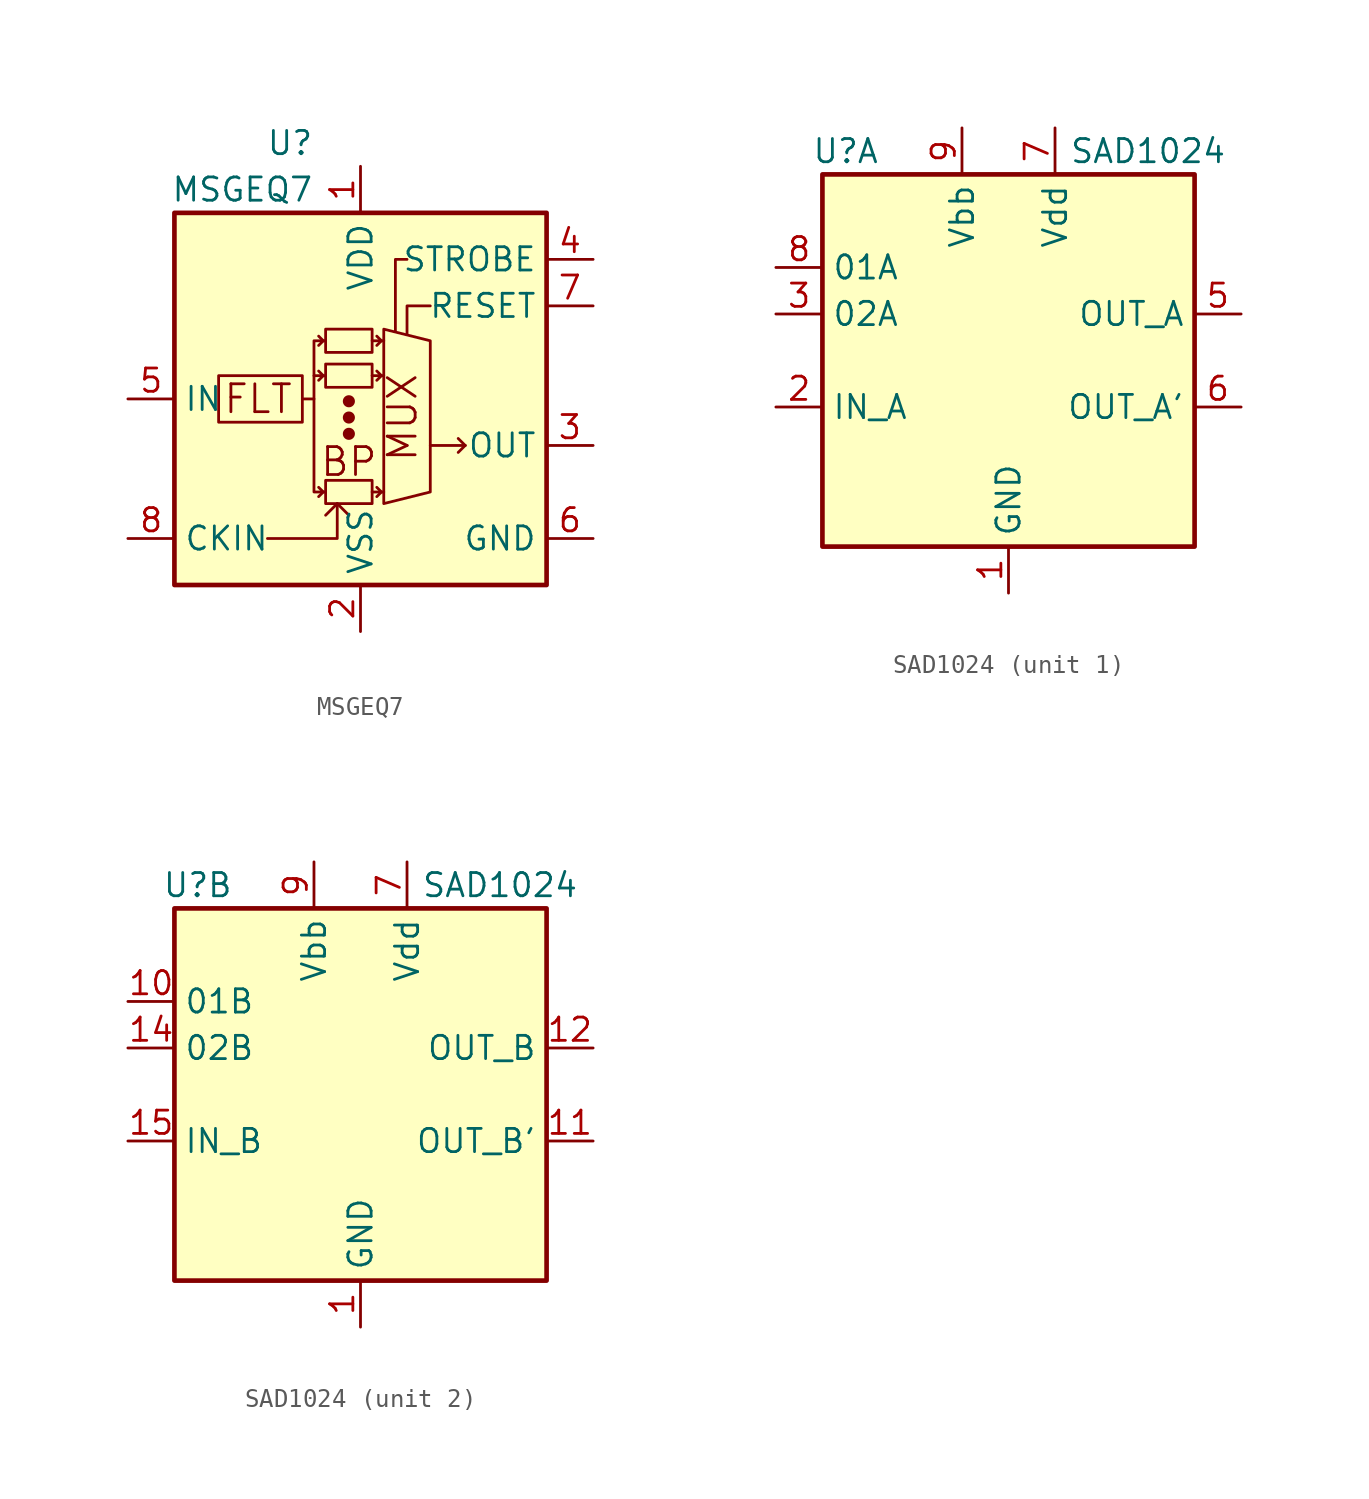
<source format=kicad_sym>
(kicad_symbol_lib
  (version 20200908)
  (generator kicad_symbol_editor)
  (symbol "Audio:MSGEQ7"
    (property "Reference" "U"
      (at -2.54 13.97 0)
      (effects (font (size 1.27 1.27)) (justify right)))
    (property "Value" "MSGEQ7"
      (at -2.54 11.43 0)
      (effects (font (size 1.27 1.27)) (justify right)))
    (symbol "MSGEQ7_0_1"
      (circle (center -0.635 -1.905) (radius 0.254) (stroke (width 0)) (fill (type outline)))
      (circle (center -0.635 -1.016) (radius 0.254) (stroke (width 0)) (fill (type outline)))
      (circle (center -0.635 -0.127) (radius 0.254) (stroke (width 0)) (fill (type outline)))
      (rectangle (start -3.175 -1.27) (end -7.747 1.27) (stroke (width 0)) (fill (type none)))
      (rectangle (start -1.905 -4.445) (end 0.635 -5.715) (stroke (width 0)) (fill (type none)))
      (rectangle (start -1.905 1.905) (end 0.635 0.635) (stroke (width 0)) (fill (type none)))
      (rectangle (start 0.635 2.54) (end -1.905 3.81) (stroke (width 0)) (fill (type none)))
      (rectangle (start 10.16 10.16) (end -10.16 -10.16) (stroke (width 0.254)) (fill (type background)))
      (polyline (pts (xy -3.175 0) (xy -2.54 0)) (stroke (width 0)) (fill (type none)))
      (polyline (pts (xy -2.54 1.27) (xy -1.905 1.27)) (stroke (width 0)) (fill (type none)))
      (polyline (pts (xy 0.635 -5.08) (xy 1.27 -5.08)) (stroke (width 0)) (fill (type none)))
      (polyline (pts (xy 0.635 1.27) (xy 1.27 1.27)) (stroke (width 0)) (fill (type none)))
      (polyline (pts (xy 0.635 3.175) (xy 1.27 3.175)) (stroke (width 0)) (fill (type none)))
      (polyline (pts (xy 3.81 -2.54) (xy 5.715 -2.54)) (stroke (width 0)) (fill (type none)))
      (polyline (pts (xy 5.715 -2.54) (xy 5.334 -2.921)) (stroke (width 0)) (fill (type none)))
      (polyline (pts (xy 5.715 -2.54) (xy 5.334 -2.159)) (stroke (width 0)) (fill (type none)))
      (polyline (pts (xy -2.286 -4.826) (xy -2.032 -5.08) (xy -2.286 -5.334)) (stroke (width 0)) (fill (type none)))
      (polyline (pts (xy -2.286 1.524) (xy -2.032 1.27) (xy -2.286 1.016)) (stroke (width 0)) (fill (type none)))
      (polyline (pts (xy -2.286 3.429) (xy -2.032 3.175) (xy -2.286 2.921)) (stroke (width 0)) (fill (type none)))
      (polyline (pts (xy 0.889 -4.826) (xy 1.143 -5.08) (xy 0.889 -5.334)) (stroke (width 0)) (fill (type none)))
      (polyline (pts (xy 0.889 1.524) (xy 1.143 1.27) (xy 0.889 1.016)) (stroke (width 0)) (fill (type none)))
      (polyline (pts (xy 0.889 3.429) (xy 1.143 3.175) (xy 0.889 2.921)) (stroke (width 0)) (fill (type none)))
      (polyline (pts (xy -1.905 3.175) (xy -2.54 3.175) (xy -2.54 -5.08) (xy -1.905 -5.08)) (stroke (width 0)) (fill (type none)))
      (polyline (pts (xy 1.27 3.81) (xy 1.27 -5.715) (xy 3.81 -5.08) (xy 3.81 3.175) (xy 1.27 3.81)) (stroke (width 0)) (fill (type none))))
    (symbol "MSGEQ7_0_0"
      (text "BP" (at -0.635 -3.429 0) (effects (font (size 1.524 1.524))))
      (text "FLT" (at -5.588 0 0) (effects (font (size 1.524 1.524))))
      (text "MUX" (at 2.286 -1.016 900) (effects (font (size 1.524 1.524))))
      (polyline (pts (xy -5.08 -7.62) (xy -1.27 -7.62) (xy -1.27 -5.715)) (stroke (width 0)) (fill (type none)))
      (polyline (pts (xy -1.905 -6.35) (xy -1.27 -5.715) (xy -0.635 -6.35)) (stroke (width 0)) (fill (type none)))
      (polyline (pts (xy 2.54 7.62) (xy 1.905 7.62) (xy 1.905 3.683)) (stroke (width 0)) (fill (type none)))
      (polyline (pts (xy 3.81 5.08) (xy 2.54 5.08) (xy 2.54 3.556)) (stroke (width 0)) (fill (type none))))
    (symbol "MSGEQ7_1_1"
      (pin power_in line (at 0 12.7 270) (length 2.54) (name "VDD" (effects (font (size 1.27 1.27)))) (number "1" (effects (font (size 1.27 1.27)))))
      (pin power_in line (at 0 -12.7 90) (length 2.54) (name "VSS" (effects (font (size 1.27 1.27)))) (number "2" (effects (font (size 1.27 1.27)))))
      (pin output line (at 12.7 -2.54 180) (length 2.54) (name "OUT" (effects (font (size 1.27 1.27)))) (number "3" (effects (font (size 1.27 1.27)))))
      (pin input line (at 12.7 7.62 180) (length 2.54) (name "STROBE" (effects (font (size 1.27 1.27)))) (number "4" (effects (font (size 1.27 1.27)))))
      (pin input line (at -12.7 0 0) (length 2.54) (name "IN" (effects (font (size 1.27 1.27)))) (number "5" (effects (font (size 1.27 1.27)))))
      (pin power_out line (at 12.7 -7.62 180) (length 2.54) (name "GND" (effects (font (size 1.27 1.27)))) (number "6" (effects (font (size 1.27 1.27)))))
      (pin input line (at 12.7 5.08 180) (length 2.54) (name "RESET" (effects (font (size 1.27 1.27)))) (number "7" (effects (font (size 1.27 1.27)))))
      (pin input line (at -12.7 -7.62 0) (length 2.54) (name "CKIN" (effects (font (size 1.27 1.27)))) (number "8" (effects (font (size 1.27 1.27)))))))
  (symbol "Audio:SAD1024"
    (property "Reference" "U"
      (at -8.89 11.43 0)
      (effects (font (size 1.27 1.27))))
    (property "Value" "SAD1024"
      (at 7.62 11.43 0)
      (effects (font (size 1.27 1.27))))
    (symbol "SAD1024_0_1"
      (rectangle (start -10.16 10.16) (end 10.16 -10.16) (stroke (width 0.254)) (fill (type background)))
      (pin power_in line (at 0 -12.7 90) (length 2.54) (name "GND" (effects (font (size 1.27 1.27)))) (number "1" (effects (font (size 1.27 1.27)))))
      (pin unconnected line (at -5.08 -10.16 90) (length 2.54) hide (name "NC" (effects (font (size 1.27 1.27)))) (number "13" (effects (font (size 1.27 1.27)))))
      (pin unconnected line (at -2.54 -10.16 90) (length 2.54) hide (name "NC" (effects (font (size 1.27 1.27)))) (number "16" (effects (font (size 1.27 1.27)))))
      (pin unconnected line (at -7.62 -10.16 90) (length 2.54) hide (name "NC" (effects (font (size 1.27 1.27)))) (number "4" (effects (font (size 1.27 1.27)))))
      (pin power_in line (at 2.54 12.7 270) (length 2.54) (name "Vdd" (effects (font (size 1.27 1.27)))) (number "7" (effects (font (size 1.27 1.27)))))
      (pin power_in line (at -2.54 12.7 270) (length 2.54) (name "Vbb" (effects (font (size 1.27 1.27)))) (number "9" (effects (font (size 1.27 1.27))))))
    (symbol "SAD1024_1_1"
      (pin input line (at -12.7 -2.54 0) (length 2.54) (name "IN_A" (effects (font (size 1.27 1.27)))) (number "2" (effects (font (size 1.27 1.27)))))
      (pin input line (at -12.7 2.54 0) (length 2.54) (name "02A" (effects (font (size 1.27 1.27)))) (number "3" (effects (font (size 1.27 1.27)))))
      (pin output line (at 12.7 2.54 180) (length 2.54) (name "OUT_A" (effects (font (size 1.27 1.27)))) (number "5" (effects (font (size 1.27 1.27)))))
      (pin output line (at 12.7 -2.54 180) (length 2.54) (name "OUT_A'" (effects (font (size 1.27 1.27)))) (number "6" (effects (font (size 1.27 1.27)))))
      (pin input line (at -12.7 5.08 0) (length 2.54) (name "01A" (effects (font (size 1.27 1.27)))) (number "8" (effects (font (size 1.27 1.27))))))
    (symbol "SAD1024_2_1"
      (pin input line (at -12.7 5.08 0) (length 2.54) (name "01B" (effects (font (size 1.27 1.27)))) (number "10" (effects (font (size 1.27 1.27)))))
      (pin output line (at 12.7 -2.54 180) (length 2.54) (name "OUT_B'" (effects (font (size 1.27 1.27)))) (number "11" (effects (font (size 1.27 1.27)))))
      (pin output line (at 12.7 2.54 180) (length 2.54) (name "OUT_B" (effects (font (size 1.27 1.27)))) (number "12" (effects (font (size 1.27 1.27)))))
      (pin input line (at -12.7 2.54 0) (length 2.54) (name "02B" (effects (font (size 1.27 1.27)))) (number "14" (effects (font (size 1.27 1.27)))))
      (pin input line (at -12.7 -2.54 0) (length 2.54) (name "IN_B" (effects (font (size 1.27 1.27)))) (number "15" (effects (font (size 1.27 1.27))))))))
</source>
